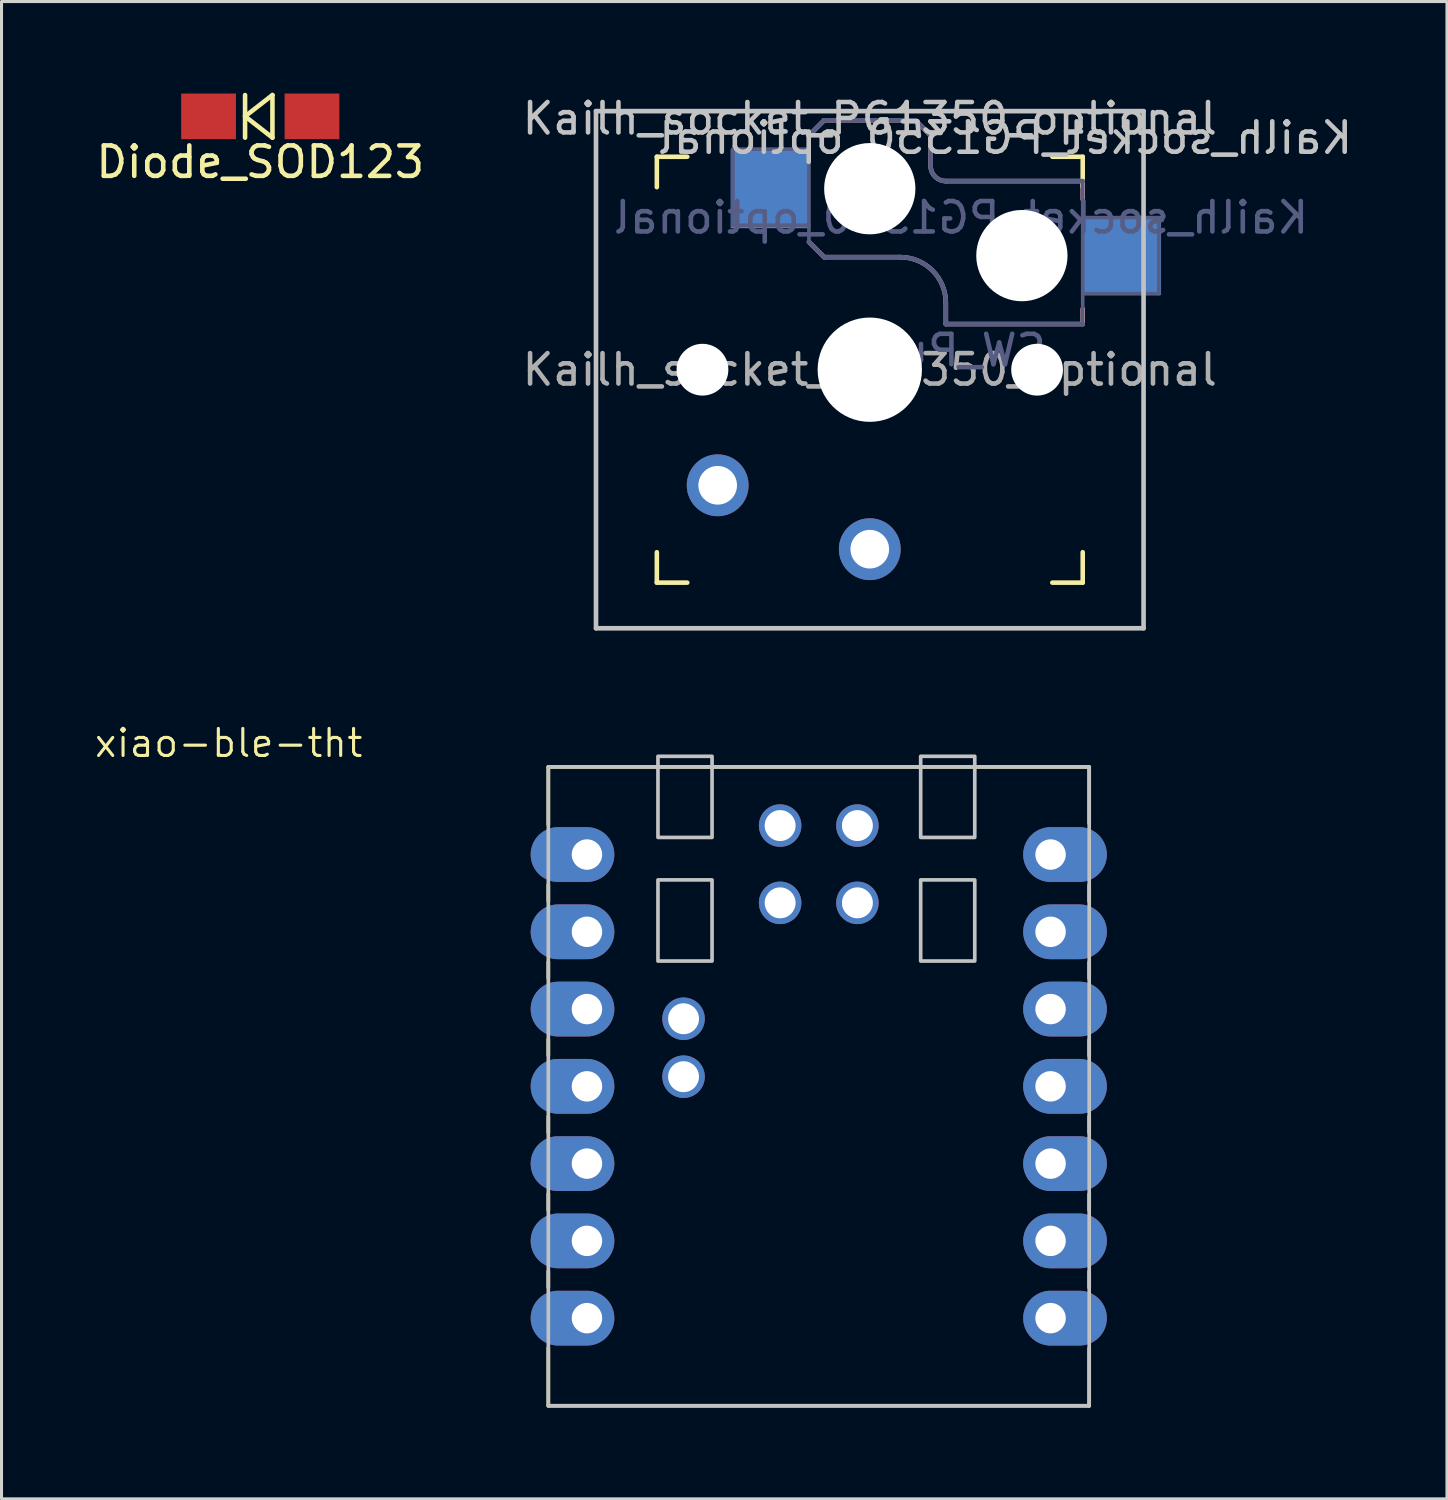
<source format=kicad_pcb>
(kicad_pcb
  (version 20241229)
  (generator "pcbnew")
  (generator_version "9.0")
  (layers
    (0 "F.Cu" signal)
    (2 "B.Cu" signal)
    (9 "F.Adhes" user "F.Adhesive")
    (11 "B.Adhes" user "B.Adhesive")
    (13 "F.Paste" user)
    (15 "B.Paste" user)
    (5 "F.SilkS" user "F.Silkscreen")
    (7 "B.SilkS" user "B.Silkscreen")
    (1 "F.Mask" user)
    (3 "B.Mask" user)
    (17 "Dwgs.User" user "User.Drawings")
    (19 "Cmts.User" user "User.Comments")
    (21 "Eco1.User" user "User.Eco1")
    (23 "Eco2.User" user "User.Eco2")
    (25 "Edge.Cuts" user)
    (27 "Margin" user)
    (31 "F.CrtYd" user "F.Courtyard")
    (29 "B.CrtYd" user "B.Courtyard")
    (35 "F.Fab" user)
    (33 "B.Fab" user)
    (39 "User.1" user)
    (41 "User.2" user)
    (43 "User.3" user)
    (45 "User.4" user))
  (footprint "Diode_SOD123"
    (placed yes)
    (layer "F.Cu")
    (at 5.506 0.775)
    (property "Reference" "Diode_SOD123" (at 0 1.5 0) (layer "F.SilkS") (effects (font (size 1 1) (thickness 0.15))))
    (attr through_hole)
    (fp_line (start -0.5 -0.7) (end -0.5 0.7) (stroke (width 0.15) (type solid)) (layer "F.SilkS"))
    (fp_line (start -0.5 0) (end 0.4 -0.7) (stroke (width 0.15) (type solid)) (layer "F.SilkS"))
    (fp_line (start 0.4 -0.7) (end 0.4 0.7) (stroke (width 0.15) (type solid)) (layer "F.SilkS"))
    (fp_line (start 0.4 0.7) (end -0.5 0) (stroke (width 0.15) (type solid)) (layer "F.SilkS"))
    (pad "1" smd rect (at -1.7 0) (size 1.8 1.5) (layers "F.Cu" "F.Mask" "F.Paste"))
    (pad "2" smd rect (at 1.7 0) (size 1.8 1.5) (layers "F.Cu" "F.Mask" "F.Paste")))
  (footprint "xiao-ble-tht"
    (layer "F.Cu")
    (at 23.865 32.661)
    (property "Reference" "xiao-ble-tht" (at -19.399 -11.283 0) (layer "F.SilkS") (effects (font (size 0.889 0.889) (thickness 0.102))))
    (attr smd exclude_from_pos_files)
    (fp_line (start -8.89 -10.5) (end 8.89 -10.5) (stroke (width 0.12) (type solid)) (layer "F.SilkS"))
    (fp_line (start -8.89 -8.6) (end -8.89 -10.5) (stroke (width 0.12) (type solid)) (layer "F.SilkS"))
    (fp_line (start -8.89 -6.625) (end -8.89 -6.095) (stroke (width 0.12) (type solid)) (layer "F.SilkS"))
    (fp_line (start -8.89 -4.085) (end -8.89 -3.555) (stroke (width 0.12) (type solid)) (layer "F.SilkS"))
    (fp_line (start -8.89 -1.545) (end -8.89 -1.015) (stroke (width 0.12) (type solid)) (layer "F.SilkS"))
    (fp_line (start -8.89 0.995) (end -8.89 1.525) (stroke (width 0.12) (type solid)) (layer "F.SilkS"))
    (fp_line (start -8.89 3.535) (end -8.89 4.065) (stroke (width 0.12) (type solid)) (layer "F.SilkS"))
    (fp_line (start -8.89 6.075) (end -8.89 6.605) (stroke (width 0.12) (type solid)) (layer "F.SilkS"))
    (fp_line (start -8.89 10.5) (end -8.89 8.6) (stroke (width 0.12) (type solid)) (layer "F.SilkS"))
    (fp_line (start 8.89 -10.49) (end 8.89 -8.65) (stroke (width 0.12) (type solid)) (layer "F.SilkS"))
    (fp_line (start 8.89 -6.61) (end 8.89 -6.08) (stroke (width 0.12) (type solid)) (layer "F.SilkS"))
    (fp_line (start 8.89 -4.075) (end 8.89 -3.545) (stroke (width 0.12) (type solid)) (layer "F.SilkS"))
    (fp_line (start 8.89 -1.535) (end 8.89 -1.005) (stroke (width 0.12) (type solid)) (layer "F.SilkS"))
    (fp_line (start 8.89 0.995) (end 8.89 1.525) (stroke (width 0.12) (type solid)) (layer "F.SilkS"))
    (fp_line (start 8.89 3.545) (end 8.89 4.075) (stroke (width 0.12) (type solid)) (layer "F.SilkS"))
    (fp_line (start 8.89 6.085) (end 8.89 6.615) (stroke (width 0.12) (type solid)) (layer "F.SilkS"))
    (fp_line (start 8.89 8.61) (end 8.89 10.5) (stroke (width 0.12) (type solid)) (layer "F.SilkS"))
    (fp_line (start 8.89 10.5) (end -8.89 10.5) (stroke (width 0.12) (type solid)) (layer "F.SilkS"))
    (fp_rect (start -8.89 10.5) (end 8.89 -10.5) (stroke (width 0.12) (type solid)) (fill no) (layer "Dwgs.User"))
    (fp_rect (start -5.286 -6.786) (end -3.508 -4.119) (stroke (width 0.12) (type solid)) (fill no) (layer "Dwgs.User"))
    (fp_rect (start -3.508 -8.183) (end -5.286 -10.85) (stroke (width 0.12) (type solid)) (fill no) (layer "Dwgs.User"))
    (fp_rect (start 3.35 -10.85) (end 5.128 -8.183) (stroke (width 0.12) (type solid)) (fill no) (layer "Dwgs.User"))
    (fp_rect (start 3.35 -6.786) (end 5.128 -4.119) (stroke (width 0.12) (type solid)) (fill no) (layer "Dwgs.User"))
    (pad "1" thru_hole oval (at -7.62 -7.62) (size 2.75 1.8) (drill 1 (offset -0.475 0)) (layers "*.Cu" "*.Mask"))
    (pad "2" thru_hole oval (at -7.62 -5.08) (size 2.75 1.8) (drill 1 (offset -0.475 0)) (layers "*.Cu" "*.Mask"))
    (pad "3" thru_hole oval (at -7.62 -2.54) (size 2.75 1.8) (drill 1 (offset -0.475 0)) (layers "*.Cu" "*.Mask"))
    (pad "4" thru_hole oval (at -7.62 0) (size 2.75 1.8) (drill 1 (offset -0.475 0)) (layers "*.Cu" "*.Mask"))
    (pad "5" thru_hole oval (at -7.62 2.54) (size 2.75 1.8) (drill 1 (offset -0.475 0)) (layers "*.Cu" "*.Mask"))
    (pad "6" thru_hole oval (at -7.62 5.08) (size 2.75 1.8) (drill 1 (offset -0.475 0)) (layers "*.Cu" "*.Mask"))
    (pad "7" thru_hole oval (at -7.62 7.62) (size 2.75 1.8) (drill 1 (offset -0.475 0)) (layers "*.Cu" "*.Mask"))
    (pad "8" thru_hole oval (at 7.62 7.62 180) (size 2.75 1.8) (drill 1 (offset -0.475 0)) (layers "*.Cu" "*.Mask"))
    (pad "9" thru_hole oval (at 7.62 5.08 180) (size 2.75 1.8) (drill 1 (offset -0.475 0)) (layers "*.Cu" "*.Mask"))
    (pad "10" thru_hole oval (at 7.62 2.54 180) (size 2.75 1.8) (drill 1 (offset -0.475 0)) (layers "*.Cu" "*.Mask"))
    (pad "11" thru_hole oval (at 7.62 0 180) (size 2.75 1.8) (drill 1 (offset -0.475 0)) (layers "*.Cu" "*.Mask"))
    (pad "12" thru_hole oval (at 7.62 -2.54 180) (size 2.75 1.8) (drill 1 (offset -0.475 0)) (layers "*.Cu" "*.Mask"))
    (pad "13" thru_hole oval (at 7.62 -5.08 180) (size 2.75 1.8) (drill 1 (offset -0.475 0)) (layers "*.Cu" "*.Mask"))
    (pad "14" thru_hole oval (at 7.62 -7.62 180) (size 2.75 1.8) (drill 1 (offset -0.475 0)) (layers "*.Cu" "*.Mask"))
    (pad "15" thru_hole circle (at -1.27 -8.572 90) (size 1.397 1.397) (drill 1.016) (layers "*.Cu" "*.Mask"))
    (pad "16" thru_hole circle (at 1.27 -8.572 90) (size 1.397 1.397) (drill 1.016) (layers "*.Cu" "*.Mask"))
    (pad "17" thru_hole circle (at -1.27 -6.032 90) (size 1.397 1.397) (drill 1.016) (layers "*.Cu" "*.Mask"))
    (pad "18" thru_hole circle (at 1.27 -6.032 90) (size 1.397 1.397) (drill 1.016) (layers "*.Cu" "*.Mask"))
    (pad "19" thru_hole circle (at -4.445 -0.317 180) (size 1.397 1.397) (drill 1.016) (layers "*.Cu" "*.Mask"))
    (pad "20" thru_hole circle (at -4.445 -2.222 180) (size 1.397 1.397) (drill 1.016) (layers "*.Cu" "*.Mask")))
  (footprint "Kailh_socket_PG1350_optional"
    (layer "F.Cu")
    (at 25.542 9.103)
    (property "Reference" "Kailh_socket_PG1350_optional" (at 0 -8.255 0) (layer "Dwgs.User") (effects (font (size 1 1) (thickness 0.15))))
    (property "Value" "SW_Push" (at 0 8.25 0) (layer "F.Fab") (hide yes) (effects (font (size 1 1) (thickness 0.15))))
    (attr through_hole)
    (fp_line (start -7 -6) (end -7 -7) (stroke (width 0.15) (type solid)) (layer "F.SilkS"))
    (fp_line (start -7 7) (end -7 6) (stroke (width 0.15) (type solid)) (layer "F.SilkS"))
    (fp_line (start -7 7) (end -6 7) (stroke (width 0.15) (type solid)) (layer "F.SilkS"))
    (fp_line (start -6 -7) (end -7 -7) (stroke (width 0.15) (type solid)) (layer "F.SilkS"))
    (fp_line (start 6 7) (end 7 7) (stroke (width 0.15) (type solid)) (layer "F.SilkS"))
    (fp_line (start 7 -7) (end 6 -7) (stroke (width 0.15) (type solid)) (layer "F.SilkS"))
    (fp_line (start 7 -7) (end 7 -6) (stroke (width 0.15) (type solid)) (layer "F.SilkS"))
    (fp_line (start 7 6) (end 7 7) (stroke (width 0.15) (type solid)) (layer "F.SilkS"))
    (fp_line (start -2 -7.7) (end -1.5 -8.2) (stroke (width 0.15) (type solid)) (layer "B.SilkS"))
    (fp_line (start -2 -4.2) (end -1.5 -3.7) (stroke (width 0.15) (type solid)) (layer "B.SilkS"))
    (fp_line (start -1.5 -8.2) (end 1.5 -8.2) (stroke (width 0.15) (type solid)) (layer "B.SilkS"))
    (fp_line (start -1.5 -3.7) (end 1 -3.7) (stroke (width 0.15) (type solid)) (layer "B.SilkS"))
    (fp_line (start 1.5 -8.2) (end 2 -7.7) (stroke (width 0.15) (type solid)) (layer "B.SilkS"))
    (fp_line (start 2 -6.7) (end 2 -7.7) (stroke (width 0.15) (type solid)) (layer "B.SilkS"))
    (fp_line (start 2.5 -2.2) (end 2.5 -1.5) (stroke (width 0.15) (type solid)) (layer "B.SilkS"))
    (fp_line (start 2.5 -1.5) (end 7 -1.5) (stroke (width 0.15) (type solid)) (layer "B.SilkS"))
    (fp_line (start 7 -6.2) (end 2.5 -6.2) (stroke (width 0.15) (type solid)) (layer "B.SilkS"))
    (fp_line (start 7 -5.6) (end 7 -6.2) (stroke (width 0.15) (type solid)) (layer "B.SilkS"))
    (fp_line (start 7 -1.5) (end 7 -2) (stroke (width 0.15) (type solid)) (layer "B.SilkS"))
    (fp_arc (start 1 -3.7) (mid 2.06066 -3.26066) (end 2.5 -2.2) (stroke (width 0.15) (type solid)) (layer "B.SilkS"))
    (fp_arc (start 2.5 -6.2) (mid 2.146447 -6.346447) (end 2 -6.7) (stroke (width 0.15) (type solid)) (layer "B.SilkS"))
    (fp_line (start -9 -8.5) (end 9 -8.5) (stroke (width 0.152) (type solid)) (layer "Dwgs.User"))
    (fp_line (start -9 8.5) (end -9 -8.5) (stroke (width 0.152) (type solid)) (layer "Dwgs.User"))
    (fp_line (start 9 -8.5) (end 9 8.5) (stroke (width 0.152) (type solid)) (layer "Dwgs.User"))
    (fp_line (start 9 8.5) (end -9 8.5) (stroke (width 0.152) (type solid)) (layer "Dwgs.User"))
    (fp_line (start -6.9 6.9) (end -6.9 -6.9) (stroke (width 0.15) (type solid)) (layer "Eco2.User"))
    (fp_line (start -6.9 6.9) (end 6.9 6.9) (stroke (width 0.15) (type solid)) (layer "Eco2.User"))
    (fp_line (start -2.6 -3.1) (end -2.6 -6.3) (stroke (width 0.15) (type solid)) (layer "Eco2.User"))
    (fp_line (start -2.6 -3.1) (end 2.6 -3.1) (stroke (width 0.15) (type solid)) (layer "Eco2.User"))
    (fp_line (start 2.6 -6.3) (end -2.6 -6.3) (stroke (width 0.15) (type solid)) (layer "Eco2.User"))
    (fp_line (start 2.6 -3.1) (end 2.6 -6.3) (stroke (width 0.15) (type solid)) (layer "Eco2.User"))
    (fp_line (start 6.9 -6.9) (end -6.9 -6.9) (stroke (width 0.15) (type solid)) (layer "Eco2.User"))
    (fp_line (start 6.9 -6.9) (end 6.9 6.9) (stroke (width 0.15) (type solid)) (layer "Eco2.User"))
    (fp_line (start -4.5 -7.25) (end -2 -7.25) (stroke (width 0.12) (type solid)) (layer "B.Fab"))
    (fp_line (start -4.5 -4.75) (end -4.5 -7.25) (stroke (width 0.12) (type solid)) (layer "B.Fab"))
    (fp_line (start -2 -7.7) (end -1.5 -8.2) (stroke (width 0.15) (type solid)) (layer "B.Fab"))
    (fp_line (start -2 -4.75) (end -4.5 -4.75) (stroke (width 0.12) (type solid)) (layer "B.Fab"))
    (fp_line (start -2 -4.25) (end -2 -7.7) (stroke (width 0.12) (type solid)) (layer "B.Fab"))
    (fp_line (start -2 -4.2) (end -1.5 -3.7) (stroke (width 0.15) (type solid)) (layer "B.Fab"))
    (fp_line (start -1.5 -8.2) (end 1.5 -8.2) (stroke (width 0.15) (type solid)) (layer "B.Fab"))
    (fp_line (start -1.5 -3.7) (end 1 -3.7) (stroke (width 0.15) (type solid)) (layer "B.Fab"))
    (fp_line (start 1.5 -8.2) (end 2 -7.7) (stroke (width 0.15) (type solid)) (layer "B.Fab"))
    (fp_line (start 2 -6.7) (end 2 -7.7) (stroke (width 0.15) (type solid)) (layer "B.Fab"))
    (fp_line (start 2.5 -2.2) (end 2.5 -1.5) (stroke (width 0.15) (type solid)) (layer "B.Fab"))
    (fp_line (start 2.5 -1.5) (end 7 -1.5) (stroke (width 0.15) (type solid)) (layer "B.Fab"))
    (fp_line (start 7 -6.2) (end 2.5 -6.2) (stroke (width 0.15) (type solid)) (layer "B.Fab"))
    (fp_line (start 7 -5) (end 9.5 -5) (stroke (width 0.12) (type solid)) (layer "B.Fab"))
    (fp_line (start 7 -1.5) (end 7 -6.2) (stroke (width 0.12) (type solid)) (layer "B.Fab"))
    (fp_line (start 9.5 -5) (end 9.5 -2.5) (stroke (width 0.12) (type solid)) (layer "B.Fab"))
    (fp_line (start 9.5 -2.5) (end 7 -2.5) (stroke (width 0.12) (type solid)) (layer "B.Fab"))
    (fp_arc (start 1 -3.7) (mid 2.06066 -3.26066) (end 2.5 -2.2) (stroke (width 0.15) (type solid)) (layer "B.Fab"))
    (fp_arc (start 2.5 -6.2) (mid 2.146447 -6.346447) (end 2 -6.7) (stroke (width 0.15) (type solid)) (layer "B.Fab"))
    (fp_text user "${REFERENCE}" (at 4.445 -7.62 0) (layer "Dwgs.User") (effects (font (size 1 1) (thickness 0.15)) (justify mirror)))
    (fp_text user "${VALUE}" (at 2.54 -0.635 0) (layer "B.Fab") (effects (font (size 1 1) (thickness 0.15)) (justify mirror)))
    (fp_text user "${REFERENCE}" (at 3 -5 180) (layer "B.Fab") (effects (font (size 1 1) (thickness 0.15)) (justify mirror)))
    (fp_text user "${REFERENCE}" (at 0 0 0) (layer "F.Fab") (effects (font (size 1 1) (thickness 0.15))))
    (pad "" np_thru_hole circle (at -5.5 0) (size 1.702 1.702) (drill 1.702) (layers "*.Cu" "*.Mask"))
    (pad "" np_thru_hole circle (at 0 -5.95) (size 3 3) (drill 3) (layers "*.Cu" "*.Mask"))
    (pad "" np_thru_hole circle (at 0 0) (size 3.429 3.429) (drill 3.429) (layers "*.Cu" "*.Mask"))
    (pad "" np_thru_hole circle (at 5 -3.75) (size 3 3) (drill 3) (layers "*.Cu" "*.Mask"))
    (pad "" np_thru_hole circle (at 5.5 0) (size 1.702 1.702) (drill 1.702) (layers "*.Cu" "*.Mask"))
    (pad "1" smd rect (at -3.275 -5.95) (size 2.6 2.6) (layers "B.Cu" "B.Mask" "B.Paste"))
    (pad "1" thru_hole circle (at 0 5.9) (size 2.032 2.032) (drill 1.27) (layers "*.Cu" "*.Mask"))
    (pad "2" thru_hole circle (at -5 3.8) (size 2.032 2.032) (drill 1.27) (layers "*.Cu" "*.Mask"))
    (pad "2" smd rect (at 8.275 -3.75) (size 2.6 2.6) (layers "B.Cu" "B.Mask" "B.Paste")))
  (gr_rect
    (start -3 -3)
    (end 44.516 46.221)
    (stroke (width 0.1) (type default))
    (fill no)
    (layer "Edge.Cuts")))
</source>
